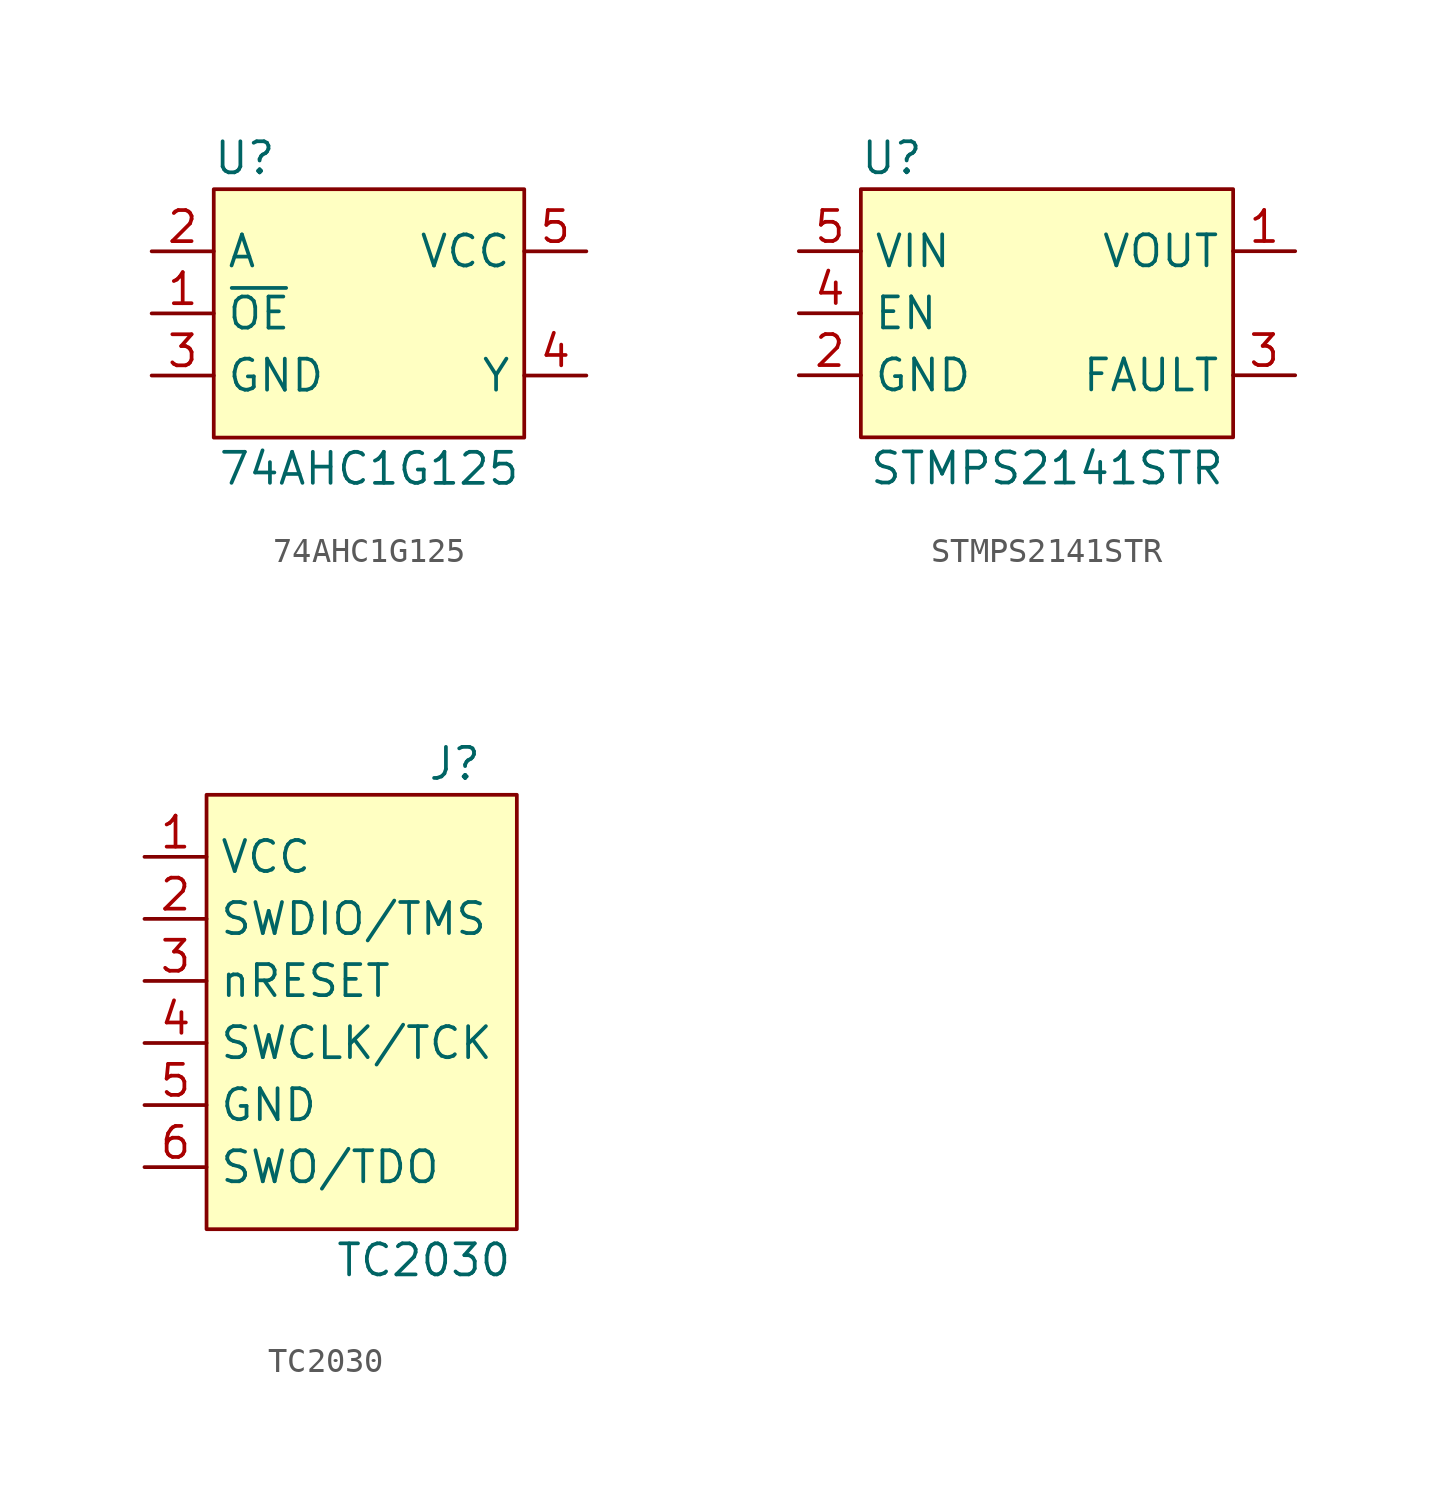
<source format=kicad_sym>
(kicad_symbol_lib
  (version 20211014)
  (generator kicad_symbol_editor)
  (symbol "74AHC1G125"
    (property "Reference" "U"
      (at -5.08 1.27 0)
      (effects (font (size 1.27 1.27))))
    (property "Value" "74AHC1G125"
      (at 0 -11.43 0)
      (effects (font (size 1.27 1.27))))
    (symbol "74AHC1G125_0_1"
      (rectangle (start -6.35 0) (end 6.35 -10.16) (stroke (width 0) (type default) (color 0 0 0 0)) (fill (type background))))
    (symbol "74AHC1G125_1_1"
      (pin passive line (at -8.89 -5.08 0) (length 2.54) (name "~{OE}" (effects (font (size 1.27 1.27)))) (number "1" (effects (font (size 1.27 1.27)))))
      (pin passive line (at -8.89 -2.54 0) (length 2.54) (name "A" (effects (font (size 1.27 1.27)))) (number "2" (effects (font (size 1.27 1.27)))))
      (pin passive line (at -8.89 -7.62 0) (length 2.54) (name "GND" (effects (font (size 1.27 1.27)))) (number "3" (effects (font (size 1.27 1.27)))))
      (pin passive line (at 8.89 -7.62 180) (length 2.54) (name "Y" (effects (font (size 1.27 1.27)))) (number "4" (effects (font (size 1.27 1.27)))))
      (pin passive line (at 8.89 -2.54 180) (length 2.54) (name "VCC" (effects (font (size 1.27 1.27)))) (number "5" (effects (font (size 1.27 1.27)))))))
  (symbol "STMPS2141STR"
    (property "Reference" "U"
      (at -6.35 6.35 0)
      (effects (font (size 1.27 1.27))))
    (property "Value" "STMPS2141STR"
      (at 0 -6.35 0)
      (effects (font (size 1.27 1.27))))
    (symbol "STMPS2141STR_0_1"
      (rectangle (start -7.62 5.08) (end 7.62 -5.08) (stroke (width 0) (type default) (color 0 0 0 0)) (fill (type background))))
    (symbol "STMPS2141STR_1_1"
      (pin passive line (at 10.16 2.54 180) (length 2.54) (name "VOUT" (effects (font (size 1.27 1.27)))) (number "1" (effects (font (size 1.27 1.27)))))
      (pin passive line (at -10.16 -2.54 0) (length 2.54) (name "GND" (effects (font (size 1.27 1.27)))) (number "2" (effects (font (size 1.27 1.27)))))
      (pin passive line (at 10.16 -2.54 180) (length 2.54) (name "FAULT" (effects (font (size 1.27 1.27)))) (number "3" (effects (font (size 1.27 1.27)))))
      (pin input line (at -10.16 0 0) (length 2.54) (name "EN" (effects (font (size 1.27 1.27)))) (number "4" (effects (font (size 1.27 1.27)))))
      (pin power_in line (at -10.16 2.54 0) (length 2.54) (name "VIN" (effects (font (size 1.27 1.27)))) (number "5" (effects (font (size 1.27 1.27)))))))
  (symbol "TC2030"
    (property "Reference" "J"
      (at 5.08 -1.27 0)
      (effects (font (size 1.27 1.27))))
    (property "Value" "TC2030"
      (at 3.81 -21.59 0)
      (effects (font (size 1.27 1.27))))
    (symbol "TC2030_0_1"
      (rectangle (start -5.08 -2.54) (end 7.62 -20.32) (stroke (width 0) (type default) (color 0 0 0 0)) (fill (type background))))
    (symbol "TC2030_1_1"
      (pin power_in line (at -7.62 -5.08 0) (length 2.54) (name "VCC" (effects (font (size 1.27 1.27)))) (number "1" (effects (font (size 1.27 1.27)))))
      (pin passive line (at -7.62 -7.62 0) (length 2.54) (name "SWDIO/TMS" (effects (font (size 1.27 1.27)))) (number "2" (effects (font (size 1.27 1.27)))))
      (pin passive line (at -7.62 -10.16 0) (length 2.54) (name "nRESET" (effects (font (size 1.27 1.27)))) (number "3" (effects (font (size 1.27 1.27)))))
      (pin passive line (at -7.62 -12.7 0) (length 2.54) (name "SWCLK/TCK" (effects (font (size 1.27 1.27)))) (number "4" (effects (font (size 1.27 1.27)))))
      (pin passive line (at -7.62 -15.24 0) (length 2.54) (name "GND" (effects (font (size 1.27 1.27)))) (number "5" (effects (font (size 1.27 1.27)))))
      (pin passive line (at -7.62 -17.78 0) (length 2.54) (name "SWO/TDO" (effects (font (size 1.27 1.27)))) (number "6" (effects (font (size 1.27 1.27))))))))
</source>
